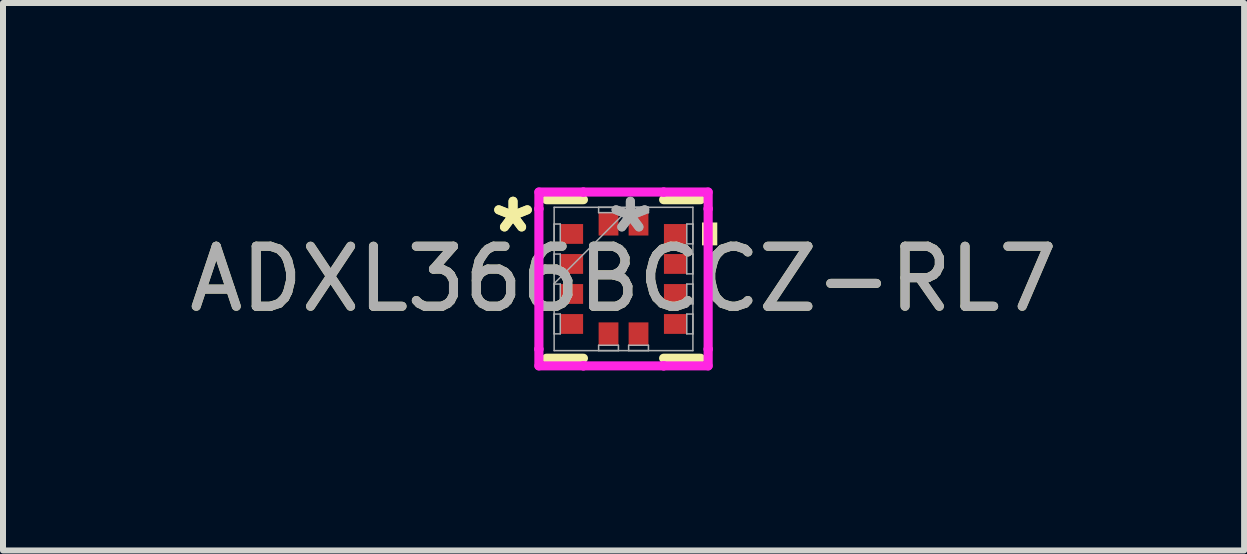
<source format=kicad_pcb>
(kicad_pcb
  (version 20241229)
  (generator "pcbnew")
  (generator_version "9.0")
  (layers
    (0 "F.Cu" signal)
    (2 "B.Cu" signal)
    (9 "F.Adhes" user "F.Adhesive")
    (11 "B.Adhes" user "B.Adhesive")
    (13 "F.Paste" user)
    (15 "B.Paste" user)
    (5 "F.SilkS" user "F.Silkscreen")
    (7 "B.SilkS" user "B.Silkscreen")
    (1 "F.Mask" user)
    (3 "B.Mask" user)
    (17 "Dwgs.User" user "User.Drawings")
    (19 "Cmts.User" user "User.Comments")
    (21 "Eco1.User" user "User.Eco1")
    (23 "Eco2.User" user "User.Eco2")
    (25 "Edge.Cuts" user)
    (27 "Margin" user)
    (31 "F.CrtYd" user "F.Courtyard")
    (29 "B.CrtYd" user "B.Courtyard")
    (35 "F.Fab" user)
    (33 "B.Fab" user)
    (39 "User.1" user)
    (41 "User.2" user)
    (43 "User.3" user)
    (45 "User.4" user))
  (footprint "ADXL366BCCZ-RL7"
    (layer "F.Cu")
    (at 7.339 1.598)
    (property "Reference" "ADXL366BCCZ-RL7" (at 0 0 0) (unlocked yes) (layer "F.SilkS") (effects (font (size 1 1) (thickness 0.15))))
    (attr smd)
    (fp_line (start -1.283 1.321) (end -0.668 1.321) (stroke (width 0.152) (type solid)) (layer "F.SilkS"))
    (fp_line (start -0.668 -1.321) (end -1.283 -1.321) (stroke (width 0.152) (type solid)) (layer "F.SilkS"))
    (fp_line (start 0.668 1.321) (end 1.283 1.321) (stroke (width 0.152) (type solid)) (layer "F.SilkS"))
    (fp_line (start 1.283 -1.321) (end 0.668 -1.321) (stroke (width 0.152) (type solid)) (layer "F.SilkS"))
    (fp_poly (pts (xy 1.562 -0.941) (xy 1.562 -0.56) (xy 1.308 -0.56) (xy 1.308 -0.941)) (stroke (width 0) (type solid)) (fill yes) (layer "F.SilkS"))
    (fp_line (start -1.41 -1.448) (end -0.669 -1.448) (stroke (width 0.152) (type solid)) (layer "F.CrtYd"))
    (fp_line (start -1.41 -1.169) (end -1.41 -1.448) (stroke (width 0.152) (type solid)) (layer "F.CrtYd"))
    (fp_line (start -1.41 -1.169) (end -1.41 -1.169) (stroke (width 0.152) (type solid)) (layer "F.CrtYd"))
    (fp_line (start -1.41 1.169) (end -1.41 -1.169) (stroke (width 0.152) (type solid)) (layer "F.CrtYd"))
    (fp_line (start -1.41 1.169) (end -1.41 1.169) (stroke (width 0.152) (type solid)) (layer "F.CrtYd"))
    (fp_line (start -1.41 1.448) (end -1.41 1.169) (stroke (width 0.152) (type solid)) (layer "F.CrtYd"))
    (fp_line (start -0.669 -1.448) (end -0.669 -1.448) (stroke (width 0.152) (type solid)) (layer "F.CrtYd"))
    (fp_line (start -0.669 -1.448) (end 0.669 -1.448) (stroke (width 0.152) (type solid)) (layer "F.CrtYd"))
    (fp_line (start -0.669 1.448) (end -1.41 1.448) (stroke (width 0.152) (type solid)) (layer "F.CrtYd"))
    (fp_line (start -0.669 1.448) (end -0.669 1.448) (stroke (width 0.152) (type solid)) (layer "F.CrtYd"))
    (fp_line (start 0.669 -1.448) (end 0.669 -1.448) (stroke (width 0.152) (type solid)) (layer "F.CrtYd"))
    (fp_line (start 0.669 -1.448) (end 1.41 -1.448) (stroke (width 0.152) (type solid)) (layer "F.CrtYd"))
    (fp_line (start 0.669 1.448) (end -0.669 1.448) (stroke (width 0.152) (type solid)) (layer "F.CrtYd"))
    (fp_line (start 0.669 1.448) (end 0.669 1.448) (stroke (width 0.152) (type solid)) (layer "F.CrtYd"))
    (fp_line (start 1.41 -1.448) (end 1.41 -1.169) (stroke (width 0.152) (type solid)) (layer "F.CrtYd"))
    (fp_line (start 1.41 -1.169) (end 1.41 -1.169) (stroke (width 0.152) (type solid)) (layer "F.CrtYd"))
    (fp_line (start 1.41 -1.169) (end 1.41 1.169) (stroke (width 0.152) (type solid)) (layer "F.CrtYd"))
    (fp_line (start 1.41 1.169) (end 1.41 1.169) (stroke (width 0.152) (type solid)) (layer "F.CrtYd"))
    (fp_line (start 1.41 1.169) (end 1.41 1.448) (stroke (width 0.152) (type solid)) (layer "F.CrtYd"))
    (fp_line (start 1.41 1.448) (end 0.669 1.448) (stroke (width 0.152) (type solid)) (layer "F.CrtYd"))
    (fp_line (start -1.156 -1.194) (end -1.156 1.194) (stroke (width 0.025) (type solid)) (layer "F.Fab"))
    (fp_line (start -1.156 -0.915) (end -1.054 -0.915) (stroke (width 0.025) (type solid)) (layer "F.Fab"))
    (fp_line (start -1.156 -0.585) (end -1.156 -0.915) (stroke (width 0.025) (type solid)) (layer "F.Fab"))
    (fp_line (start -1.156 -0.415) (end -1.054 -0.415) (stroke (width 0.025) (type solid)) (layer "F.Fab"))
    (fp_line (start -1.156 -0.085) (end -1.156 -0.415) (stroke (width 0.025) (type solid)) (layer "F.Fab"))
    (fp_line (start -1.156 0.076) (end 0.114 -1.194) (stroke (width 0.025) (type solid)) (layer "F.Fab"))
    (fp_line (start -1.156 0.085) (end -1.054 0.085) (stroke (width 0.025) (type solid)) (layer "F.Fab"))
    (fp_line (start -1.156 0.415) (end -1.156 0.085) (stroke (width 0.025) (type solid)) (layer "F.Fab"))
    (fp_line (start -1.156 0.585) (end -1.054 0.585) (stroke (width 0.025) (type solid)) (layer "F.Fab"))
    (fp_line (start -1.156 0.915) (end -1.156 0.585) (stroke (width 0.025) (type solid)) (layer "F.Fab"))
    (fp_line (start -1.156 1.194) (end 1.156 1.194) (stroke (width 0.025) (type solid)) (layer "F.Fab"))
    (fp_line (start -1.054 -0.915) (end -1.054 -0.585) (stroke (width 0.025) (type solid)) (layer "F.Fab"))
    (fp_line (start -1.054 -0.585) (end -1.156 -0.585) (stroke (width 0.025) (type solid)) (layer "F.Fab"))
    (fp_line (start -1.054 -0.415) (end -1.054 -0.085) (stroke (width 0.025) (type solid)) (layer "F.Fab"))
    (fp_line (start -1.054 -0.085) (end -1.156 -0.085) (stroke (width 0.025) (type solid)) (layer "F.Fab"))
    (fp_line (start -1.054 0.085) (end -1.054 0.415) (stroke (width 0.025) (type solid)) (layer "F.Fab"))
    (fp_line (start -1.054 0.415) (end -1.156 0.415) (stroke (width 0.025) (type solid)) (layer "F.Fab"))
    (fp_line (start -1.054 0.585) (end -1.054 0.915) (stroke (width 0.025) (type solid)) (layer "F.Fab"))
    (fp_line (start -1.054 0.915) (end -1.156 0.915) (stroke (width 0.025) (type solid)) (layer "F.Fab"))
    (fp_line (start -0.415 -1.194) (end -0.085 -1.194) (stroke (width 0.025) (type solid)) (layer "F.Fab"))
    (fp_line (start -0.415 -1.105) (end -0.415 -1.194) (stroke (width 0.025) (type solid)) (layer "F.Fab"))
    (fp_line (start -0.415 1.105) (end -0.085 1.105) (stroke (width 0.025) (type solid)) (layer "F.Fab"))
    (fp_line (start -0.415 1.194) (end -0.415 1.105) (stroke (width 0.025) (type solid)) (layer "F.Fab"))
    (fp_line (start -0.085 -1.194) (end -0.085 -1.105) (stroke (width 0.025) (type solid)) (layer "F.Fab"))
    (fp_line (start -0.085 -1.105) (end -0.415 -1.105) (stroke (width 0.025) (type solid)) (layer "F.Fab"))
    (fp_line (start -0.085 1.105) (end -0.085 1.194) (stroke (width 0.025) (type solid)) (layer "F.Fab"))
    (fp_line (start -0.085 1.194) (end -0.415 1.194) (stroke (width 0.025) (type solid)) (layer "F.Fab"))
    (fp_line (start 0.085 -1.194) (end 0.415 -1.194) (stroke (width 0.025) (type solid)) (layer "F.Fab"))
    (fp_line (start 0.085 -1.105) (end 0.085 -1.194) (stroke (width 0.025) (type solid)) (layer "F.Fab"))
    (fp_line (start 0.085 1.105) (end 0.415 1.105) (stroke (width 0.025) (type solid)) (layer "F.Fab"))
    (fp_line (start 0.085 1.194) (end 0.085 1.105) (stroke (width 0.025) (type solid)) (layer "F.Fab"))
    (fp_line (start 0.415 -1.194) (end 0.415 -1.105) (stroke (width 0.025) (type solid)) (layer "F.Fab"))
    (fp_line (start 0.415 -1.105) (end 0.085 -1.105) (stroke (width 0.025) (type solid)) (layer "F.Fab"))
    (fp_line (start 0.415 1.105) (end 0.415 1.194) (stroke (width 0.025) (type solid)) (layer "F.Fab"))
    (fp_line (start 0.415 1.194) (end 0.085 1.194) (stroke (width 0.025) (type solid)) (layer "F.Fab"))
    (fp_line (start 1.054 -0.915) (end 1.156 -0.915) (stroke (width 0.025) (type solid)) (layer "F.Fab"))
    (fp_line (start 1.054 -0.585) (end 1.054 -0.915) (stroke (width 0.025) (type solid)) (layer "F.Fab"))
    (fp_line (start 1.054 -0.415) (end 1.156 -0.415) (stroke (width 0.025) (type solid)) (layer "F.Fab"))
    (fp_line (start 1.054 -0.085) (end 1.054 -0.415) (stroke (width 0.025) (type solid)) (layer "F.Fab"))
    (fp_line (start 1.054 0.085) (end 1.156 0.085) (stroke (width 0.025) (type solid)) (layer "F.Fab"))
    (fp_line (start 1.054 0.415) (end 1.054 0.085) (stroke (width 0.025) (type solid)) (layer "F.Fab"))
    (fp_line (start 1.054 0.585) (end 1.156 0.585) (stroke (width 0.025) (type solid)) (layer "F.Fab"))
    (fp_line (start 1.054 0.915) (end 1.054 0.585) (stroke (width 0.025) (type solid)) (layer "F.Fab"))
    (fp_line (start 1.156 -1.194) (end -1.156 -1.194) (stroke (width 0.025) (type solid)) (layer "F.Fab"))
    (fp_line (start 1.156 -0.915) (end 1.156 -0.585) (stroke (width 0.025) (type solid)) (layer "F.Fab"))
    (fp_line (start 1.156 -0.585) (end 1.054 -0.585) (stroke (width 0.025) (type solid)) (layer "F.Fab"))
    (fp_line (start 1.156 -0.415) (end 1.156 -0.085) (stroke (width 0.025) (type solid)) (layer "F.Fab"))
    (fp_line (start 1.156 -0.085) (end 1.054 -0.085) (stroke (width 0.025) (type solid)) (layer "F.Fab"))
    (fp_line (start 1.156 0.085) (end 1.156 0.415) (stroke (width 0.025) (type solid)) (layer "F.Fab"))
    (fp_line (start 1.156 0.415) (end 1.054 0.415) (stroke (width 0.025) (type solid)) (layer "F.Fab"))
    (fp_line (start 1.156 0.585) (end 1.156 0.915) (stroke (width 0.025) (type solid)) (layer "F.Fab"))
    (fp_line (start 1.156 0.915) (end 1.054 0.915) (stroke (width 0.025) (type solid)) (layer "F.Fab"))
    (fp_line (start 1.156 1.194) (end 1.156 -1.194) (stroke (width 0.025) (type solid)) (layer "F.Fab"))
    (fp_text user "*" (at -1.841 -0.75 0) (unlocked yes) (layer "F.SilkS") (effects (font (size 1 1) (thickness 0.15))))
    (fp_text user "*" (at -1.841 -0.75 0) (layer "F.SilkS") (effects (font (size 1 1) (thickness 0.15))))
    (fp_text user "*" (at 0.114 -0.75 0) (layer "F.Fab") (effects (font (size 1 1) (thickness 0.15))))
    (fp_text user "${REFERENCE}" (at 0 0 0) (unlocked yes) (layer "F.Fab") (effects (font (size 1 1) (thickness 0.15))))
    (fp_text user "*" (at 0.114 -0.75 0) (unlocked yes) (layer "F.Fab") (effects (font (size 1 1) (thickness 0.15))))
    (pad "1" smd rect (at -0.864 -0.75 90) (size 0.33 0.381) (layers "F.Cu" "F.Mask" "F.Paste"))
    (pad "2" smd rect (at -0.864 -0.25 90) (size 0.33 0.381) (layers "F.Cu" "F.Mask" "F.Paste"))
    (pad "3" smd rect (at -0.864 0.25 90) (size 0.33 0.381) (layers "F.Cu" "F.Mask" "F.Paste"))
    (pad "4" smd rect (at -0.864 0.75 90) (size 0.33 0.381) (layers "F.Cu" "F.Mask" "F.Paste"))
    (pad "5" smd rect (at -0.25 0.914) (size 0.33 0.381) (layers "F.Cu" "F.Mask" "F.Paste"))
    (pad "6" smd rect (at 0.25 0.914) (size 0.33 0.381) (layers "F.Cu" "F.Mask" "F.Paste"))
    (pad "7" smd rect (at 0.864 0.75 90) (size 0.33 0.381) (layers "F.Cu" "F.Mask" "F.Paste"))
    (pad "8" smd rect (at 0.864 0.25 90) (size 0.33 0.381) (layers "F.Cu" "F.Mask" "F.Paste"))
    (pad "9" smd rect (at 0.864 -0.25 90) (size 0.33 0.381) (layers "F.Cu" "F.Mask" "F.Paste"))
    (pad "10" smd rect (at 0.864 -0.75 90) (size 0.33 0.381) (layers "F.Cu" "F.Mask" "F.Paste"))
    (pad "11" smd rect (at 0.25 -0.914) (size 0.33 0.381) (layers "F.Cu" "F.Mask" "F.Paste"))
    (pad "12" smd rect (at -0.25 -0.914) (size 0.33 0.381) (layers "F.Cu" "F.Mask" "F.Paste")))
  (gr_rect
    (start -3 -3)
    (end 17.679 6.122)
    (stroke (width 0.1) (type default))
    (fill no)
    (layer "Edge.Cuts")))
</source>
